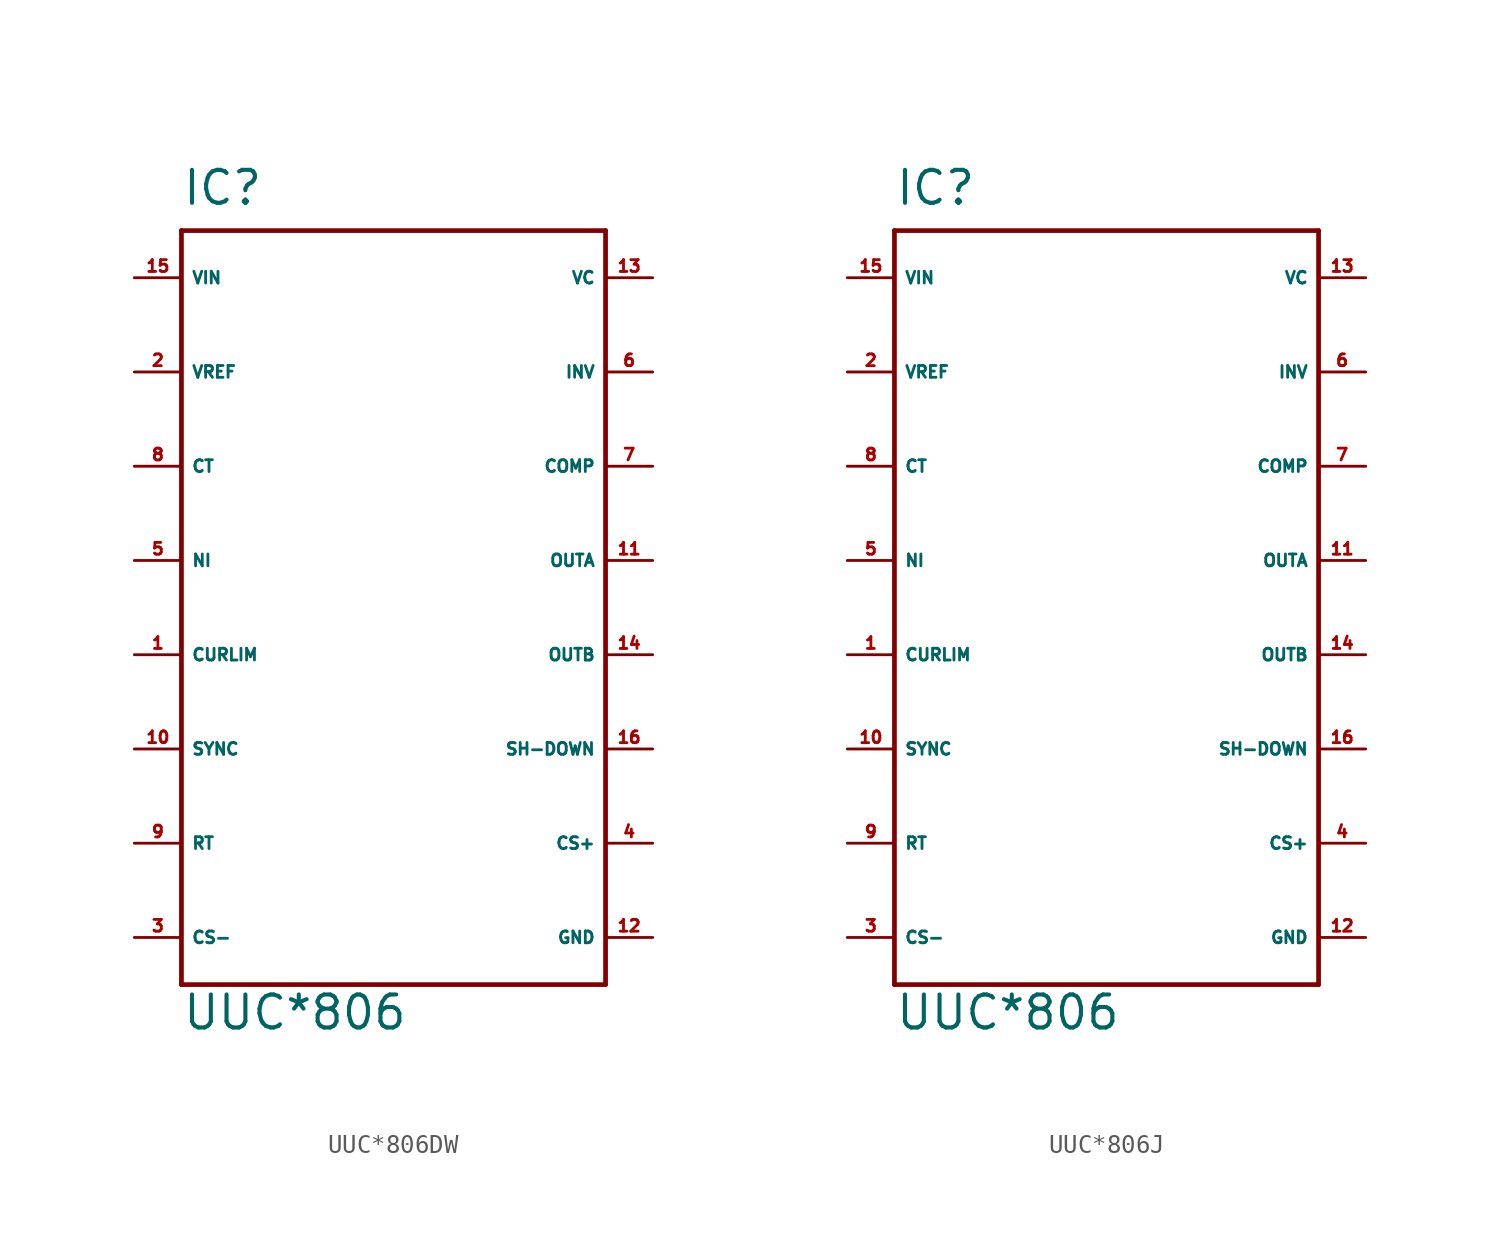
<source format=kicad_sym>
(kicad_symbol_lib
  (version 20220914)
  (generator Eagle2Kicad)
  (symbol "UUC*806DW"
    (property "Reference" "IC"
      (at -10.16 21.59 0)
      (effects (font (size 1.778 1.778) (thickness 0.22)) (justify left bottom)))
    (property "Value" "UUC*806"
      (at -10.16 -22.86 0)
      (effects (font (size 1.778 1.778) (thickness 0.22)) (justify left bottom)))
    (polyline
      (pts (xy -10.16 20.32) (xy 12.7 20.32))
      (stroke (width 0.254) (type default))
      (fill (type none)))
    (polyline
      (pts (xy 12.7 20.32) (xy 12.7 -20.32))
      (stroke (width 0.254) (type default))
      (fill (type none)))
    (polyline
      (pts (xy 12.7 -20.32) (xy -10.16 -20.32))
      (stroke (width 0.254) (type default))
      (fill (type none)))
    (polyline
      (pts (xy -10.16 -20.32) (xy -10.16 20.32))
      (stroke (width 0.254) (type default))
      (fill (type none)))
    (pin input line
      (at -12.7 17.78 0)
      (length 2.54)
      (name "VIN" (effects (font (size 0.635 0.635) (thickness 0.08)) (justify left bottom)))
      (number "15" (effects (font (size 0.635 0.635) (thickness 0.08)) (justify left bottom))))
    (pin input line
      (at -12.7 12.7 0)
      (length 2.54)
      (name "VREF" (effects (font (size 0.635 0.635) (thickness 0.08)) (justify left bottom)))
      (number "2" (effects (font (size 0.635 0.635) (thickness 0.08)) (justify left bottom))))
    (pin input line
      (at -12.7 7.62 0)
      (length 2.54)
      (name "CT" (effects (font (size 0.635 0.635) (thickness 0.08)) (justify left bottom)))
      (number "8" (effects (font (size 0.635 0.635) (thickness 0.08)) (justify left bottom))))
    (pin input line
      (at -12.7 2.54 0)
      (length 2.54)
      (name "NI" (effects (font (size 0.635 0.635) (thickness 0.08)) (justify left bottom)))
      (number "5" (effects (font (size 0.635 0.635) (thickness 0.08)) (justify left bottom))))
    (pin input line
      (at -12.7 -2.54 0)
      (length 2.54)
      (name "CURLIM" (effects (font (size 0.635 0.635) (thickness 0.08)) (justify left bottom)))
      (number "1" (effects (font (size 0.635 0.635) (thickness 0.08)) (justify left bottom))))
    (pin input line
      (at -12.7 -7.62 0)
      (length 2.54)
      (name "SYNC" (effects (font (size 0.635 0.635) (thickness 0.08)) (justify left bottom)))
      (number "10" (effects (font (size 0.635 0.635) (thickness 0.08)) (justify left bottom))))
    (pin input line
      (at -12.7 -12.7 0)
      (length 2.54)
      (name "RT" (effects (font (size 0.635 0.635) (thickness 0.08)) (justify left bottom)))
      (number "9" (effects (font (size 0.635 0.635) (thickness 0.08)) (justify left bottom))))
    (pin input line
      (at -12.7 -17.78 0)
      (length 2.54)
      (name "CS-" (effects (font (size 0.635 0.635) (thickness 0.08)) (justify left bottom)))
      (number "3" (effects (font (size 0.635 0.635) (thickness 0.08)) (justify left bottom))))
    (pin unspecified line
      (at 15.24 -17.78 180)
      (length 2.54)
      (name "GND" (effects (font (size 0.635 0.635) (thickness 0.08)) (justify left bottom)))
      (number "12" (effects (font (size 0.635 0.635) (thickness 0.08)) (justify left bottom))))
    (pin input line
      (at 15.24 -12.7 180)
      (length 2.54)
      (name "CS+" (effects (font (size 0.635 0.635) (thickness 0.08)) (justify left bottom)))
      (number "4" (effects (font (size 0.635 0.635) (thickness 0.08)) (justify left bottom))))
    (pin input line
      (at 15.24 -7.62 180)
      (length 2.54)
      (name "SH-DOWN" (effects (font (size 0.635 0.635) (thickness 0.08)) (justify left bottom)))
      (number "16" (effects (font (size 0.635 0.635) (thickness 0.08)) (justify left bottom))))
    (pin output line
      (at 15.24 -2.54 180)
      (length 2.54)
      (name "OUTB" (effects (font (size 0.635 0.635) (thickness 0.08)) (justify left bottom)))
      (number "14" (effects (font (size 0.635 0.635) (thickness 0.08)) (justify left bottom))))
    (pin output line
      (at 15.24 2.54 180)
      (length 2.54)
      (name "OUTA" (effects (font (size 0.635 0.635) (thickness 0.08)) (justify left bottom)))
      (number "11" (effects (font (size 0.635 0.635) (thickness 0.08)) (justify left bottom))))
    (pin input line
      (at 15.24 7.62 180)
      (length 2.54)
      (name "COMP" (effects (font (size 0.635 0.635) (thickness 0.08)) (justify left bottom)))
      (number "7" (effects (font (size 0.635 0.635) (thickness 0.08)) (justify left bottom))))
    (pin input line
      (at 15.24 12.7 180)
      (length 2.54)
      (name "INV" (effects (font (size 0.635 0.635) (thickness 0.08)) (justify left bottom)))
      (number "6" (effects (font (size 0.635 0.635) (thickness 0.08)) (justify left bottom))))
    (pin unspecified line
      (at 15.24 17.78 180)
      (length 2.54)
      (name "VC" (effects (font (size 0.635 0.635) (thickness 0.08)) (justify left bottom)))
      (number "13" (effects (font (size 0.635 0.635) (thickness 0.08)) (justify left bottom)))))
  (symbol "UUC*806J"
    (property "Reference" "IC"
      (at -10.16 21.59 0)
      (effects (font (size 1.778 1.778) (thickness 0.22)) (justify left bottom)))
    (property "Value" "UUC*806"
      (at -10.16 -22.86 0)
      (effects (font (size 1.778 1.778) (thickness 0.22)) (justify left bottom)))
    (polyline
      (pts (xy -10.16 20.32) (xy 12.7 20.32))
      (stroke (width 0.254) (type default))
      (fill (type none)))
    (polyline
      (pts (xy 12.7 20.32) (xy 12.7 -20.32))
      (stroke (width 0.254) (type default))
      (fill (type none)))
    (polyline
      (pts (xy 12.7 -20.32) (xy -10.16 -20.32))
      (stroke (width 0.254) (type default))
      (fill (type none)))
    (polyline
      (pts (xy -10.16 -20.32) (xy -10.16 20.32))
      (stroke (width 0.254) (type default))
      (fill (type none)))
    (pin input line
      (at -12.7 17.78 0)
      (length 2.54)
      (name "VIN" (effects (font (size 0.635 0.635) (thickness 0.08)) (justify left bottom)))
      (number "15" (effects (font (size 0.635 0.635) (thickness 0.08)) (justify left bottom))))
    (pin input line
      (at -12.7 12.7 0)
      (length 2.54)
      (name "VREF" (effects (font (size 0.635 0.635) (thickness 0.08)) (justify left bottom)))
      (number "2" (effects (font (size 0.635 0.635) (thickness 0.08)) (justify left bottom))))
    (pin input line
      (at -12.7 7.62 0)
      (length 2.54)
      (name "CT" (effects (font (size 0.635 0.635) (thickness 0.08)) (justify left bottom)))
      (number "8" (effects (font (size 0.635 0.635) (thickness 0.08)) (justify left bottom))))
    (pin input line
      (at -12.7 2.54 0)
      (length 2.54)
      (name "NI" (effects (font (size 0.635 0.635) (thickness 0.08)) (justify left bottom)))
      (number "5" (effects (font (size 0.635 0.635) (thickness 0.08)) (justify left bottom))))
    (pin input line
      (at -12.7 -2.54 0)
      (length 2.54)
      (name "CURLIM" (effects (font (size 0.635 0.635) (thickness 0.08)) (justify left bottom)))
      (number "1" (effects (font (size 0.635 0.635) (thickness 0.08)) (justify left bottom))))
    (pin input line
      (at -12.7 -7.62 0)
      (length 2.54)
      (name "SYNC" (effects (font (size 0.635 0.635) (thickness 0.08)) (justify left bottom)))
      (number "10" (effects (font (size 0.635 0.635) (thickness 0.08)) (justify left bottom))))
    (pin input line
      (at -12.7 -12.7 0)
      (length 2.54)
      (name "RT" (effects (font (size 0.635 0.635) (thickness 0.08)) (justify left bottom)))
      (number "9" (effects (font (size 0.635 0.635) (thickness 0.08)) (justify left bottom))))
    (pin input line
      (at -12.7 -17.78 0)
      (length 2.54)
      (name "CS-" (effects (font (size 0.635 0.635) (thickness 0.08)) (justify left bottom)))
      (number "3" (effects (font (size 0.635 0.635) (thickness 0.08)) (justify left bottom))))
    (pin unspecified line
      (at 15.24 -17.78 180)
      (length 2.54)
      (name "GND" (effects (font (size 0.635 0.635) (thickness 0.08)) (justify left bottom)))
      (number "12" (effects (font (size 0.635 0.635) (thickness 0.08)) (justify left bottom))))
    (pin input line
      (at 15.24 -12.7 180)
      (length 2.54)
      (name "CS+" (effects (font (size 0.635 0.635) (thickness 0.08)) (justify left bottom)))
      (number "4" (effects (font (size 0.635 0.635) (thickness 0.08)) (justify left bottom))))
    (pin input line
      (at 15.24 -7.62 180)
      (length 2.54)
      (name "SH-DOWN" (effects (font (size 0.635 0.635) (thickness 0.08)) (justify left bottom)))
      (number "16" (effects (font (size 0.635 0.635) (thickness 0.08)) (justify left bottom))))
    (pin output line
      (at 15.24 -2.54 180)
      (length 2.54)
      (name "OUTB" (effects (font (size 0.635 0.635) (thickness 0.08)) (justify left bottom)))
      (number "14" (effects (font (size 0.635 0.635) (thickness 0.08)) (justify left bottom))))
    (pin output line
      (at 15.24 2.54 180)
      (length 2.54)
      (name "OUTA" (effects (font (size 0.635 0.635) (thickness 0.08)) (justify left bottom)))
      (number "11" (effects (font (size 0.635 0.635) (thickness 0.08)) (justify left bottom))))
    (pin input line
      (at 15.24 7.62 180)
      (length 2.54)
      (name "COMP" (effects (font (size 0.635 0.635) (thickness 0.08)) (justify left bottom)))
      (number "7" (effects (font (size 0.635 0.635) (thickness 0.08)) (justify left bottom))))
    (pin input line
      (at 15.24 12.7 180)
      (length 2.54)
      (name "INV" (effects (font (size 0.635 0.635) (thickness 0.08)) (justify left bottom)))
      (number "6" (effects (font (size 0.635 0.635) (thickness 0.08)) (justify left bottom))))
    (pin unspecified line
      (at 15.24 17.78 180)
      (length 2.54)
      (name "VC" (effects (font (size 0.635 0.635) (thickness 0.08)) (justify left bottom)))
      (number "13" (effects (font (size 0.635 0.635) (thickness 0.08)) (justify left bottom))))))
</source>
